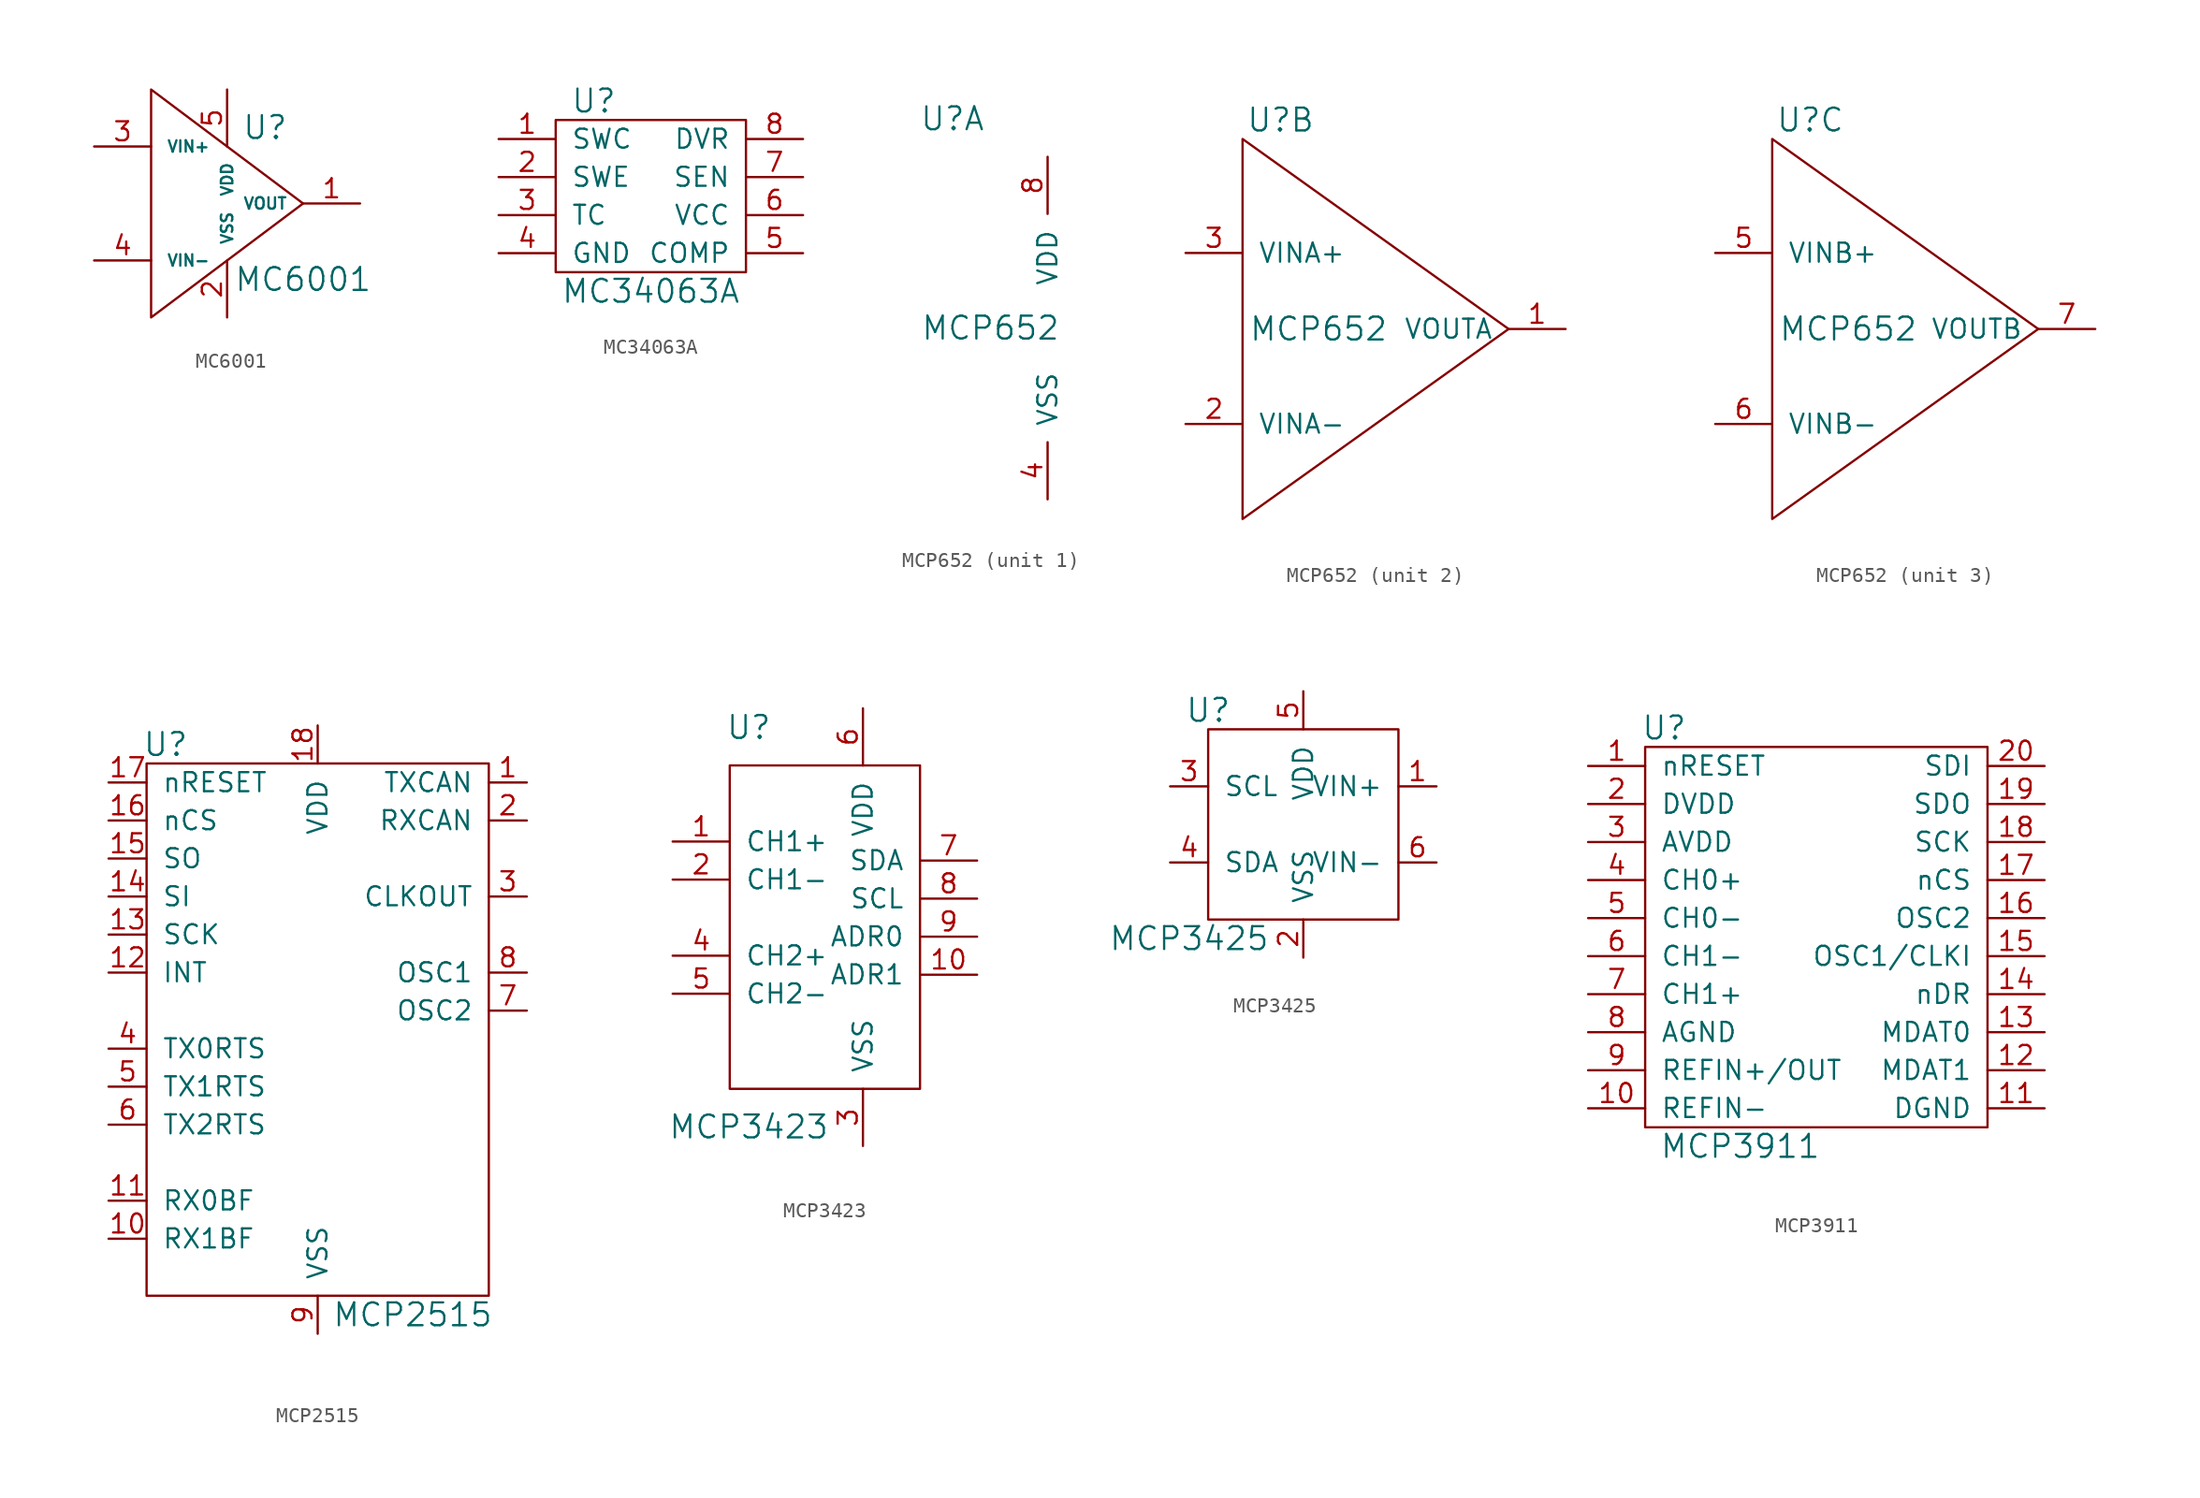
<source format=kicad_sym>
(kicad_symbol_lib
  (version 20211014)
  (generator kicad_symbol_editor)
  (symbol "MC6001"
    (pin_names
      (offset 1.016))
    (property "Reference" "U"
      (at 2.54 5.08 0)
      (effects (font (size 1.524 1.524))))
    (property "Value" "MC6001"
      (at 5.08 -5.08 0)
      (effects (font (size 1.524 1.524))))
    (property "Footprint" ""
      (at 0 0 0)
      (effects (font (size 1.524 1.524))))
    (property "Datasheet" ""
      (at 0 0 0)
      (effects (font (size 1.524 1.524))))
    (symbol "MC6001_0_1"
      (polyline (pts (xy 5.08 0) (xy -5.08 -7.62) (xy -5.08 7.62) (xy 5.08 0) (xy 5.08 0)) (stroke (width 0) (type default) (color 0 0 0 0)) (fill (type none))))
    (symbol "MC6001_1_1"
      (pin passive line (at 8.89 0 180) (length 3.81) (name "VOUT" (effects (font (size 0.762 0.762)))) (number "1" (effects (font (size 1.27 1.27)))))
      (pin passive line (at 0 -7.62 90) (length 3.81) (name "VSS" (effects (font (size 0.762 0.762)))) (number "2" (effects (font (size 1.27 1.27)))))
      (pin passive line (at -8.89 3.81 0) (length 3.81) (name "VIN+" (effects (font (size 0.762 0.762)))) (number "3" (effects (font (size 1.27 1.27)))))
      (pin passive line (at -8.89 -3.81 0) (length 3.81) (name "VIN-" (effects (font (size 0.762 0.762)))) (number "4" (effects (font (size 1.27 1.27)))))
      (pin passive line (at 0 7.62 270) (length 3.81) (name "VDD" (effects (font (size 0.762 0.762)))) (number "5" (effects (font (size 1.27 1.27)))))))
  (symbol "MC34063A"
    (pin_names
      (offset 1.016))
    (property "Reference" "U"
      (at -3.81 6.35 0)
      (effects (font (size 1.524 1.524))))
    (property "Value" "MC34063A"
      (at 0 -6.35 0)
      (effects (font (size 1.524 1.524))))
    (property "Footprint" ""
      (at 0 0 0)
      (effects (font (size 1.524 1.524))))
    (property "Datasheet" ""
      (at 0 0 0)
      (effects (font (size 1.524 1.524))))
    (symbol "MC34063A_0_1"
      (rectangle (start -6.35 5.08) (end 6.35 -5.08) (stroke (width 0) (type default) (color 0 0 0 0)) (fill (type none))))
    (symbol "MC34063A_1_1"
      (pin passive line (at -10.16 3.81 0) (length 3.81) (name "SWC" (effects (font (size 1.27 1.27)))) (number "1" (effects (font (size 1.27 1.27)))))
      (pin passive line (at -10.16 1.27 0) (length 3.81) (name "SWE" (effects (font (size 1.27 1.27)))) (number "2" (effects (font (size 1.27 1.27)))))
      (pin passive line (at -10.16 -1.27 0) (length 3.81) (name "TC" (effects (font (size 1.27 1.27)))) (number "3" (effects (font (size 1.27 1.27)))))
      (pin passive line (at -10.16 -3.81 0) (length 3.81) (name "GND" (effects (font (size 1.27 1.27)))) (number "4" (effects (font (size 1.27 1.27)))))
      (pin passive line (at 10.16 -3.81 180) (length 3.81) (name "COMP" (effects (font (size 1.27 1.27)))) (number "5" (effects (font (size 1.27 1.27)))))
      (pin passive line (at 10.16 -1.27 180) (length 3.81) (name "VCC" (effects (font (size 1.27 1.27)))) (number "6" (effects (font (size 1.27 1.27)))))
      (pin passive line (at 10.16 1.27 180) (length 3.81) (name "SEN" (effects (font (size 1.27 1.27)))) (number "7" (effects (font (size 1.27 1.27)))))
      (pin passive line (at 10.16 3.81 180) (length 3.81) (name "DVR" (effects (font (size 1.27 1.27)))) (number "8" (effects (font (size 1.27 1.27)))))))
  (symbol "MCP652"
    (pin_names
      (offset 1.016))
    (property "Reference" "U"
      (at -6.35 13.97 0)
      (effects (font (size 1.524 1.524))))
    (property "Value" "MCP652"
      (at -3.81 0 0)
      (effects (font (size 1.524 1.524))))
    (property "Footprint" ""
      (at 0 0 0)
      (effects (font (size 1.524 1.524))))
    (property "Datasheet" ""
      (at 0 0 0)
      (effects (font (size 1.524 1.524))))
    (symbol "MCP652_1_1"
      (pin passive line (at 0 -11.43 90) (length 3.81) (name "VSS" (effects (font (size 1.27 1.27)))) (number "4" (effects (font (size 1.27 1.27)))))
      (pin passive line (at 0 11.43 270) (length 3.81) (name "VDD" (effects (font (size 1.27 1.27)))) (number "8" (effects (font (size 1.27 1.27))))))
    (symbol "MCP652_2_1"
      (polyline (pts (xy -8.89 12.7) (xy -8.89 -12.7) (xy 8.89 0) (xy -8.89 12.7) (xy -8.89 12.7)) (stroke (width 0) (type default) (color 0 0 0 0)) (fill (type none)))
      (pin passive line (at 12.7 0 180) (length 3.81) (name "VOUTA" (effects (font (size 1.27 1.27)))) (number "1" (effects (font (size 1.27 1.27)))))
      (pin passive line (at -12.7 -6.35 0) (length 3.81) (name "VINA-" (effects (font (size 1.27 1.27)))) (number "2" (effects (font (size 1.27 1.27)))))
      (pin passive line (at -12.7 5.08 0) (length 3.81) (name "VINA+" (effects (font (size 1.27 1.27)))) (number "3" (effects (font (size 1.27 1.27))))))
    (symbol "MCP652_3_1"
      (polyline (pts (xy -8.89 12.7) (xy -8.89 -12.7) (xy 8.89 0) (xy -8.89 12.7) (xy -8.89 12.7) (xy -8.89 12.7)) (stroke (width 0) (type default) (color 0 0 0 0)) (fill (type none)))
      (pin passive line (at -12.7 5.08 0) (length 3.81) (name "VINB+" (effects (font (size 1.27 1.27)))) (number "5" (effects (font (size 1.27 1.27)))))
      (pin passive line (at -12.7 -6.35 0) (length 3.81) (name "VINB-" (effects (font (size 1.27 1.27)))) (number "6" (effects (font (size 1.27 1.27)))))
      (pin passive line (at 12.7 0 180) (length 3.81) (name "VOUTB" (effects (font (size 1.27 1.27)))) (number "7" (effects (font (size 1.27 1.27)))))))
  (symbol "MCP2515"
    (pin_names
      (offset 1.016))
    (property "Reference" "U"
      (at -10.16 19.05 0)
      (effects (font (size 1.524 1.524))))
    (property "Value" "MCP2515"
      (at 6.35 -19.05 0)
      (effects (font (size 1.524 1.524))))
    (property "Footprint" ""
      (at 0 11.43 0)
      (effects (font (size 1.524 1.524))))
    (property "Datasheet" ""
      (at 0 11.43 0)
      (effects (font (size 1.524 1.524))))
    (symbol "MCP2515_0_1"
      (rectangle (start -11.43 17.78) (end 11.43 -17.78) (stroke (width 0) (type default) (color 0 0 0 0)) (fill (type none))))
    (symbol "MCP2515_1_1"
      (pin passive line (at 13.97 16.51 180) (length 2.54) (name "TXCAN" (effects (font (size 1.27 1.27)))) (number "1" (effects (font (size 1.27 1.27)))))
      (pin passive line (at -13.97 -13.97 0) (length 2.54) (name "RX1BF" (effects (font (size 1.27 1.27)))) (number "10" (effects (font (size 1.27 1.27)))))
      (pin passive line (at -13.97 -11.43 0) (length 2.54) (name "RX0BF" (effects (font (size 1.27 1.27)))) (number "11" (effects (font (size 1.27 1.27)))))
      (pin passive line (at -13.97 3.81 0) (length 2.54) (name "INT" (effects (font (size 1.27 1.27)))) (number "12" (effects (font (size 1.27 1.27)))))
      (pin passive line (at -13.97 6.35 0) (length 2.54) (name "SCK" (effects (font (size 1.27 1.27)))) (number "13" (effects (font (size 1.27 1.27)))))
      (pin passive line (at -13.97 8.89 0) (length 2.54) (name "SI" (effects (font (size 1.27 1.27)))) (number "14" (effects (font (size 1.27 1.27)))))
      (pin passive line (at -13.97 11.43 0) (length 2.54) (name "SO" (effects (font (size 1.27 1.27)))) (number "15" (effects (font (size 1.27 1.27)))))
      (pin passive line (at -13.97 13.97 0) (length 2.54) (name "nCS" (effects (font (size 1.27 1.27)))) (number "16" (effects (font (size 1.27 1.27)))))
      (pin passive line (at -13.97 16.51 0) (length 2.54) (name "nRESET" (effects (font (size 1.27 1.27)))) (number "17" (effects (font (size 1.27 1.27)))))
      (pin passive line (at 0 20.32 270) (length 2.54) (name "VDD" (effects (font (size 1.27 1.27)))) (number "18" (effects (font (size 1.27 1.27)))))
      (pin passive line (at 13.97 13.97 180) (length 2.54) (name "RXCAN" (effects (font (size 1.27 1.27)))) (number "2" (effects (font (size 1.27 1.27)))))
      (pin passive line (at 13.97 8.89 180) (length 2.54) (name "CLKOUT" (effects (font (size 1.27 1.27)))) (number "3" (effects (font (size 1.27 1.27)))))
      (pin passive line (at -13.97 -1.27 0) (length 2.54) (name "TX0RTS" (effects (font (size 1.27 1.27)))) (number "4" (effects (font (size 1.27 1.27)))))
      (pin passive line (at -13.97 -3.81 0) (length 2.54) (name "TX1RTS" (effects (font (size 1.27 1.27)))) (number "5" (effects (font (size 1.27 1.27)))))
      (pin passive line (at -13.97 -6.35 0) (length 2.54) (name "TX2RTS" (effects (font (size 1.27 1.27)))) (number "6" (effects (font (size 1.27 1.27)))))
      (pin passive line (at 13.97 1.27 180) (length 2.54) (name "OSC2" (effects (font (size 1.27 1.27)))) (number "7" (effects (font (size 1.27 1.27)))))
      (pin passive line (at 13.97 3.81 180) (length 2.54) (name "OSC1" (effects (font (size 1.27 1.27)))) (number "8" (effects (font (size 1.27 1.27)))))
      (pin passive line (at 0 -20.32 90) (length 2.54) (name "VSS" (effects (font (size 1.27 1.27)))) (number "9" (effects (font (size 1.27 1.27)))))))
  (symbol "MCP3423"
    (pin_names
      (offset 1.016))
    (property "Reference" "U"
      (at -5.08 12.7 0)
      (effects (font (size 1.524 1.524))))
    (property "Value" "MCP3423"
      (at -5.08 -13.97 0)
      (effects (font (size 1.524 1.524))))
    (property "Footprint" ""
      (at 0 0 0)
      (effects (font (size 1.524 1.524))))
    (property "Datasheet" ""
      (at 0 0 0)
      (effects (font (size 1.524 1.524))))
    (symbol "MCP3423_0_1"
      (rectangle (start -6.35 10.16) (end 6.35 -11.43) (stroke (width 0) (type default) (color 0 0 0 0)) (fill (type none))))
    (symbol "MCP3423_1_1"
      (pin input line (at -10.16 5.08 0) (length 3.81) (name "CH1+" (effects (font (size 1.27 1.27)))) (number "1" (effects (font (size 1.27 1.27)))))
      (pin input line (at 10.16 -3.81 180) (length 3.81) (name "ADR1" (effects (font (size 1.27 1.27)))) (number "10" (effects (font (size 1.27 1.27)))))
      (pin input line (at -10.16 2.54 0) (length 3.81) (name "CH1-" (effects (font (size 1.27 1.27)))) (number "2" (effects (font (size 1.27 1.27)))))
      (pin power_out line (at 2.54 -15.24 90) (length 3.81) (name "VSS" (effects (font (size 1.27 1.27)))) (number "3" (effects (font (size 1.27 1.27)))))
      (pin input line (at -10.16 -2.54 0) (length 3.81) (name "CH2+" (effects (font (size 1.27 1.27)))) (number "4" (effects (font (size 1.27 1.27)))))
      (pin input line (at -10.16 -5.08 0) (length 3.81) (name "CH2-" (effects (font (size 1.27 1.27)))) (number "5" (effects (font (size 1.27 1.27)))))
      (pin power_in line (at 2.54 13.97 270) (length 3.81) (name "VDD" (effects (font (size 1.27 1.27)))) (number "6" (effects (font (size 1.27 1.27)))))
      (pin bidirectional line (at 10.16 3.81 180) (length 3.81) (name "SDA" (effects (font (size 1.27 1.27)))) (number "7" (effects (font (size 1.27 1.27)))))
      (pin input line (at 10.16 1.27 180) (length 3.81) (name "SCL" (effects (font (size 1.27 1.27)))) (number "8" (effects (font (size 1.27 1.27)))))
      (pin input line (at 10.16 -1.27 180) (length 3.81) (name "ADR0" (effects (font (size 1.27 1.27)))) (number "9" (effects (font (size 1.27 1.27)))))))
  (symbol "MCP3425"
    (pin_names
      (offset 1.016))
    (property "Reference" "U"
      (at -6.35 7.62 0)
      (effects (font (size 1.524 1.524))))
    (property "Value" "MCP3425"
      (at -7.62 -7.62 0)
      (effects (font (size 1.524 1.524))))
    (symbol "MCP3425_0_1"
      (rectangle (start -6.35 6.35) (end 6.35 -6.35) (stroke (width 0) (type default) (color 0 0 0 0)) (fill (type none))))
    (symbol "MCP3425_1_1"
      (pin passive line (at 8.89 2.54 180) (length 2.54) (name "VIN+" (effects (font (size 1.27 1.27)))) (number "1" (effects (font (size 1.27 1.27)))))
      (pin passive line (at 0 -8.89 90) (length 2.54) (name "VSS" (effects (font (size 1.27 1.27)))) (number "2" (effects (font (size 1.27 1.27)))))
      (pin passive line (at -8.89 2.54 0) (length 2.54) (name "SCL" (effects (font (size 1.27 1.27)))) (number "3" (effects (font (size 1.27 1.27)))))
      (pin passive line (at -8.89 -2.54 0) (length 2.54) (name "SDA" (effects (font (size 1.27 1.27)))) (number "4" (effects (font (size 1.27 1.27)))))
      (pin passive line (at 0 8.89 270) (length 2.54) (name "VDD" (effects (font (size 1.27 1.27)))) (number "5" (effects (font (size 1.27 1.27)))))
      (pin passive line (at 8.89 -2.54 180) (length 2.54) (name "VIN-" (effects (font (size 1.27 1.27)))) (number "6" (effects (font (size 1.27 1.27)))))))
  (symbol "MCP3911"
    (pin_names
      (offset 1.016))
    (property "Reference" "U"
      (at -10.16 13.97 0)
      (effects (font (size 1.524 1.524))))
    (property "Value" "MCP3911"
      (at -5.08 -13.97 0)
      (effects (font (size 1.524 1.524))))
    (property "Footprint" ""
      (at -11.43 15.24 0)
      (effects (font (size 1.524 1.524))))
    (property "Datasheet" ""
      (at -11.43 15.24 0)
      (effects (font (size 1.524 1.524))))
    (symbol "MCP3911_0_1"
      (rectangle (start -11.43 12.7) (end 11.43 -12.7) (stroke (width 0) (type default) (color 0 0 0 0)) (fill (type none))))
    (symbol "MCP3911_1_1"
      (pin passive line (at -15.24 11.43 0) (length 3.81) (name "nRESET" (effects (font (size 1.27 1.27)))) (number "1" (effects (font (size 1.27 1.27)))))
      (pin passive line (at -15.24 -11.43 0) (length 3.81) (name "REFIN-" (effects (font (size 1.27 1.27)))) (number "10" (effects (font (size 1.27 1.27)))))
      (pin passive line (at 15.24 -11.43 180) (length 3.81) (name "DGND" (effects (font (size 1.27 1.27)))) (number "11" (effects (font (size 1.27 1.27)))))
      (pin passive line (at 15.24 -8.89 180) (length 3.81) (name "MDAT1" (effects (font (size 1.27 1.27)))) (number "12" (effects (font (size 1.27 1.27)))))
      (pin passive line (at 15.24 -6.35 180) (length 3.81) (name "MDAT0" (effects (font (size 1.27 1.27)))) (number "13" (effects (font (size 1.27 1.27)))))
      (pin passive line (at 15.24 -3.81 180) (length 3.81) (name "nDR" (effects (font (size 1.27 1.27)))) (number "14" (effects (font (size 1.27 1.27)))))
      (pin passive line (at 15.24 -1.27 180) (length 3.81) (name "OSC1/CLKI" (effects (font (size 1.27 1.27)))) (number "15" (effects (font (size 1.27 1.27)))))
      (pin passive line (at 15.24 1.27 180) (length 3.81) (name "OSC2" (effects (font (size 1.27 1.27)))) (number "16" (effects (font (size 1.27 1.27)))))
      (pin passive line (at 15.24 3.81 180) (length 3.81) (name "nCS" (effects (font (size 1.27 1.27)))) (number "17" (effects (font (size 1.27 1.27)))))
      (pin passive line (at 15.24 6.35 180) (length 3.81) (name "SCK" (effects (font (size 1.27 1.27)))) (number "18" (effects (font (size 1.27 1.27)))))
      (pin passive line (at 15.24 8.89 180) (length 3.81) (name "SDO" (effects (font (size 1.27 1.27)))) (number "19" (effects (font (size 1.27 1.27)))))
      (pin passive line (at -15.24 8.89 0) (length 3.81) (name "DVDD" (effects (font (size 1.27 1.27)))) (number "2" (effects (font (size 1.27 1.27)))))
      (pin passive line (at 15.24 11.43 180) (length 3.81) (name "SDI" (effects (font (size 1.27 1.27)))) (number "20" (effects (font (size 1.27 1.27)))))
      (pin passive line (at -15.24 6.35 0) (length 3.81) (name "AVDD" (effects (font (size 1.27 1.27)))) (number "3" (effects (font (size 1.27 1.27)))))
      (pin passive line (at -15.24 3.81 0) (length 3.81) (name "CH0+" (effects (font (size 1.27 1.27)))) (number "4" (effects (font (size 1.27 1.27)))))
      (pin passive line (at -15.24 1.27 0) (length 3.81) (name "CH0-" (effects (font (size 1.27 1.27)))) (number "5" (effects (font (size 1.27 1.27)))))
      (pin passive line (at -15.24 -1.27 0) (length 3.81) (name "CH1-" (effects (font (size 1.27 1.27)))) (number "6" (effects (font (size 1.27 1.27)))))
      (pin passive line (at -15.24 -3.81 0) (length 3.81) (name "CH1+" (effects (font (size 1.27 1.27)))) (number "7" (effects (font (size 1.27 1.27)))))
      (pin passive line (at -15.24 -6.35 0) (length 3.81) (name "AGND" (effects (font (size 1.27 1.27)))) (number "8" (effects (font (size 1.27 1.27)))))
      (pin passive line (at -15.24 -8.89 0) (length 3.81) (name "REFIN+/OUT" (effects (font (size 1.27 1.27)))) (number "9" (effects (font (size 1.27 1.27))))))))
</source>
